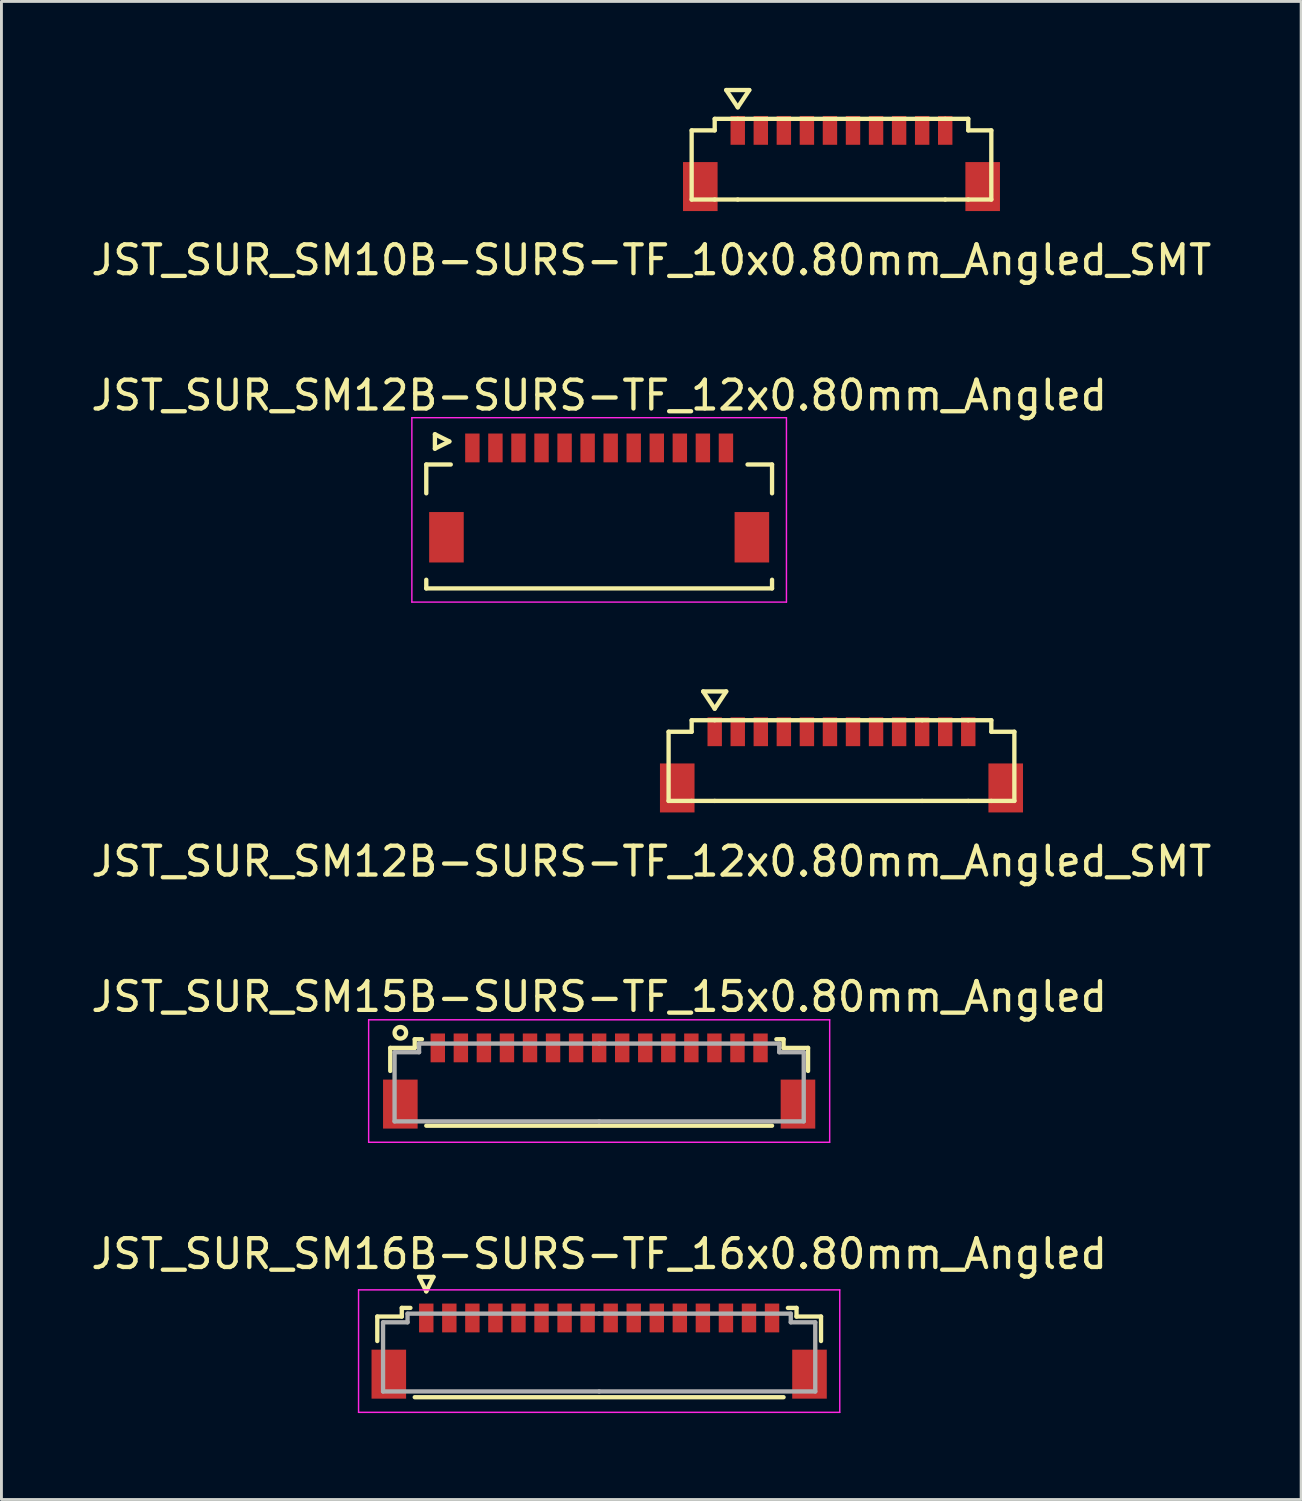
<source format=kicad_pcb>
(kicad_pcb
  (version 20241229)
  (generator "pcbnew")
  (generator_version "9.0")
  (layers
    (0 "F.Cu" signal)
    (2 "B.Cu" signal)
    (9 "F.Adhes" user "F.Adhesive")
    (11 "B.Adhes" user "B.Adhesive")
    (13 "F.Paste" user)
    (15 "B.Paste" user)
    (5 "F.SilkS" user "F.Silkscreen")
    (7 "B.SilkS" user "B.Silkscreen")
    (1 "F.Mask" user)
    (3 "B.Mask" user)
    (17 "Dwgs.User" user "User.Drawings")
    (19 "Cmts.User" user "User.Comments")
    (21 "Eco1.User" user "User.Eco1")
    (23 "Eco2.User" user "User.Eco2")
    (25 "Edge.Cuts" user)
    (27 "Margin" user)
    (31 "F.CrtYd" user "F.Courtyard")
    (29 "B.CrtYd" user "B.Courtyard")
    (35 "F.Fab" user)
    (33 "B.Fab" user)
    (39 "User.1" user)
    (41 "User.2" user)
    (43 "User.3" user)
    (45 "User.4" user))
  (footprint "JST_SUR_SM12B-SURS-TF_12x0.80mm_Angled_SMT"
    (layer "F.Cu")
    (at 26.154 22.346)
    (property "Reference" "JST_SUR_SM12B-SURS-TF_12x0.80mm_Angled_SMT" (at -6.6 4.5 0) (layer "F.SilkS") (effects (font (size 1 1) (thickness 0.15))))
    (attr smd)
    (fp_line (start -6 0) (end -5.2 0) (stroke (width 0.15) (type solid)) (layer "F.SilkS"))
    (fp_line (start -6 2.4) (end -6 0) (stroke (width 0.15) (type solid)) (layer "F.SilkS"))
    (fp_line (start -5.2 -0.4) (end -4.4 -0.4) (stroke (width 0.15) (type solid)) (layer "F.SilkS"))
    (fp_line (start -5.2 0) (end -5.2 -0.4) (stroke (width 0.15) (type solid)) (layer "F.SilkS"))
    (fp_line (start -5.2 2.4) (end -6 2.4) (stroke (width 0.15) (type solid)) (layer "F.SilkS"))
    (fp_line (start -4.8 -1.4) (end -4.4 -0.8) (stroke (width 0.15) (type solid)) (layer "F.SilkS"))
    (fp_line (start -4.4 -0.8) (end -4 -1.4) (stroke (width 0.15) (type solid)) (layer "F.SilkS"))
    (fp_line (start -4.4 2.4) (end -5.2 2.4) (stroke (width 0.15) (type solid)) (layer "F.SilkS"))
    (fp_line (start -4.4 2.4) (end 2.8 2.4) (stroke (width 0.15) (type solid)) (layer "F.SilkS"))
    (fp_line (start -4 -1.4) (end -4.8 -1.4) (stroke (width 0.15) (type solid)) (layer "F.SilkS"))
    (fp_line (start 2.8 -0.4) (end -4.4 -0.4) (stroke (width 0.15) (type solid)) (layer "F.SilkS"))
    (fp_line (start 2.8 2.4) (end 4.4 2.4) (stroke (width 0.15) (type solid)) (layer "F.SilkS"))
    (fp_line (start 4.4 -0.4) (end 2.8 -0.4) (stroke (width 0.15) (type solid)) (layer "F.SilkS"))
    (fp_line (start 4.4 -0.4) (end 5.2 -0.4) (stroke (width 0.15) (type solid)) (layer "F.SilkS"))
    (fp_line (start 5.2 -0.4) (end 5.2 0) (stroke (width 0.15) (type solid)) (layer "F.SilkS"))
    (fp_line (start 5.2 0) (end 6 0) (stroke (width 0.15) (type solid)) (layer "F.SilkS"))
    (fp_line (start 5.2 2.4) (end 4.4 2.4) (stroke (width 0.15) (type solid)) (layer "F.SilkS"))
    (fp_line (start 6 0) (end 6 2.4) (stroke (width 0.15) (type solid)) (layer "F.SilkS"))
    (fp_line (start 6 2.4) (end 5.2 2.4) (stroke (width 0.15) (type solid)) (layer "F.SilkS"))
    (pad "" smd rect (at -5.7 1.95) (size 1.2 1.7) (layers "F.Cu" "F.Mask" "F.Paste"))
    (pad "" smd rect (at 5.7 1.95) (size 1.2 1.7) (layers "F.Cu" "F.Mask" "F.Paste"))
    (pad "1" smd rect (at -4.4 0) (size 0.5 1) (layers "F.Cu" "F.Mask" "F.Paste"))
    (pad "2" smd rect (at -3.6 0) (size 0.5 1) (layers "F.Cu" "F.Mask" "F.Paste"))
    (pad "3" smd rect (at -2.8 0) (size 0.5 1) (layers "F.Cu" "F.Mask" "F.Paste"))
    (pad "4" smd rect (at -2 0) (size 0.5 1) (layers "F.Cu" "F.Mask" "F.Paste"))
    (pad "5" smd rect (at -1.2 0) (size 0.5 1) (layers "F.Cu" "F.Mask" "F.Paste"))
    (pad "6" smd rect (at -0.4 0) (size 0.5 1) (layers "F.Cu" "F.Mask" "F.Paste"))
    (pad "7" smd rect (at 0.4 0) (size 0.5 1) (layers "F.Cu" "F.Mask" "F.Paste"))
    (pad "8" smd rect (at 1.2 0) (size 0.5 1) (layers "F.Cu" "F.Mask" "F.Paste"))
    (pad "9" smd rect (at 2 0) (size 0.5 1) (layers "F.Cu" "F.Mask" "F.Paste"))
    (pad "10" smd rect (at 2.8 0) (size 0.5 1) (layers "F.Cu" "F.Mask" "F.Paste"))
    (pad "11" smd rect (at 3.6 0) (size 0.5 1) (layers "F.Cu" "F.Mask" "F.Paste"))
    (pad "12" smd rect (at 4.4 0) (size 0.5 1) (layers "F.Cu" "F.Mask" "F.Paste")))
  (footprint "JST_SUR_SM16B-SURS-TF_16x0.80mm_Angled"
    (layer "F.Cu")
    (at 17.744 43.666)
    (property "Reference" "JST_SUR_SM16B-SURS-TF_16x0.80mm_Angled" (at 0 -3.2 0) (layer "F.SilkS") (effects (font (size 1 1) (thickness 0.15))))
    (attr smd)
    (fp_line (start -7.7 -1.025) (end -7.7 -0.175) (stroke (width 0.15) (type solid)) (layer "F.SilkS"))
    (fp_line (start -6.85 -1.325) (end -6.85 -1.025) (stroke (width 0.15) (type solid)) (layer "F.SilkS"))
    (fp_line (start -6.85 -1.025) (end -7.7 -1.025) (stroke (width 0.15) (type solid)) (layer "F.SilkS"))
    (fp_line (start -6.55 -1.325) (end -6.85 -1.325) (stroke (width 0.15) (type solid)) (layer "F.SilkS"))
    (fp_line (start -6.4 1.775) (end 6.4 1.775) (stroke (width 0.15) (type solid)) (layer "F.SilkS"))
    (fp_line (start -6.25 -2.4) (end -5.75 -2.4) (stroke (width 0.15) (type solid)) (layer "F.SilkS"))
    (fp_line (start -6 -1.9) (end -6.25 -2.4) (stroke (width 0.15) (type solid)) (layer "F.SilkS"))
    (fp_line (start -5.75 -2.4) (end -6 -1.9) (stroke (width 0.15) (type solid)) (layer "F.SilkS"))
    (fp_line (start 6.55 -1.325) (end 6.85 -1.325) (stroke (width 0.15) (type solid)) (layer "F.SilkS"))
    (fp_line (start 6.85 -1.325) (end 6.85 -1.025) (stroke (width 0.15) (type solid)) (layer "F.SilkS"))
    (fp_line (start 6.85 -1.025) (end 7.7 -1.025) (stroke (width 0.15) (type solid)) (layer "F.SilkS"))
    (fp_line (start 7.7 -1.025) (end 7.7 -0.175) (stroke (width 0.15) (type solid)) (layer "F.SilkS"))
    (fp_line (start -8.35 -1.95) (end 8.35 -1.95) (stroke (width 0.05) (type solid)) (layer "F.CrtYd"))
    (fp_line (start -8.35 2.3) (end -8.35 -1.95) (stroke (width 0.05) (type solid)) (layer "F.CrtYd"))
    (fp_line (start 8.35 -1.95) (end 8.35 2.3) (stroke (width 0.05) (type solid)) (layer "F.CrtYd"))
    (fp_line (start 8.35 2.3) (end -8.35 2.3) (stroke (width 0.05) (type solid)) (layer "F.CrtYd"))
    (fp_line (start -7.5 -0.825) (end -7.5 1.575) (stroke (width 0.15) (type solid)) (layer "F.Fab"))
    (fp_line (start -7.5 1.575) (end 0 1.575) (stroke (width 0.15) (type solid)) (layer "F.Fab"))
    (fp_line (start -6.65 -1.125) (end -6.65 -0.825) (stroke (width 0.15) (type solid)) (layer "F.Fab"))
    (fp_line (start -6.65 -0.825) (end -7.5 -0.825) (stroke (width 0.15) (type solid)) (layer "F.Fab"))
    (fp_line (start 0 -1.125) (end -6.65 -1.125) (stroke (width 0.15) (type solid)) (layer "F.Fab"))
    (fp_line (start 0 -1.125) (end 6.65 -1.125) (stroke (width 0.15) (type solid)) (layer "F.Fab"))
    (fp_line (start 6.65 -1.125) (end 6.65 -0.825) (stroke (width 0.15) (type solid)) (layer "F.Fab"))
    (fp_line (start 6.65 -0.825) (end 7.5 -0.825) (stroke (width 0.15) (type solid)) (layer "F.Fab"))
    (fp_line (start 7.5 -0.825) (end 7.5 1.575) (stroke (width 0.15) (type solid)) (layer "F.Fab"))
    (fp_line (start 7.5 1.575) (end 0 1.575) (stroke (width 0.15) (type solid)) (layer "F.Fab"))
    (pad "" smd rect (at -7.3 0.975) (size 1.2 1.7) (layers "F.Cu" "F.Mask" "F.Paste"))
    (pad "" smd rect (at 7.3 0.975) (size 1.2 1.7) (layers "F.Cu" "F.Mask" "F.Paste"))
    (pad "1" smd rect (at -6 -0.975) (size 0.5 1) (layers "F.Cu" "F.Mask" "F.Paste"))
    (pad "2" smd rect (at -5.2 -0.975) (size 0.5 1) (layers "F.Cu" "F.Mask" "F.Paste"))
    (pad "3" smd rect (at -4.4 -0.975) (size 0.5 1) (layers "F.Cu" "F.Mask" "F.Paste"))
    (pad "4" smd rect (at -3.6 -0.975) (size 0.5 1) (layers "F.Cu" "F.Mask" "F.Paste"))
    (pad "5" smd rect (at -2.8 -0.975) (size 0.5 1) (layers "F.Cu" "F.Mask" "F.Paste"))
    (pad "6" smd rect (at -2 -0.975) (size 0.5 1) (layers "F.Cu" "F.Mask" "F.Paste"))
    (pad "7" smd rect (at -1.2 -0.975) (size 0.5 1) (layers "F.Cu" "F.Mask" "F.Paste"))
    (pad "8" smd rect (at -0.4 -0.975) (size 0.5 1) (layers "F.Cu" "F.Mask" "F.Paste"))
    (pad "9" smd rect (at 0.4 -0.975) (size 0.5 1) (layers "F.Cu" "F.Mask" "F.Paste"))
    (pad "10" smd rect (at 1.2 -0.975) (size 0.5 1) (layers "F.Cu" "F.Mask" "F.Paste"))
    (pad "11" smd rect (at 2 -0.975) (size 0.5 1) (layers "F.Cu" "F.Mask" "F.Paste"))
    (pad "12" smd rect (at 2.8 -0.975) (size 0.5 1) (layers "F.Cu" "F.Mask" "F.Paste"))
    (pad "13" smd rect (at 3.6 -0.975) (size 0.5 1) (layers "F.Cu" "F.Mask" "F.Paste"))
    (pad "14" smd rect (at 4.4 -0.975) (size 0.5 1) (layers "F.Cu" "F.Mask" "F.Paste"))
    (pad "15" smd rect (at 5.2 -0.975) (size 0.5 1) (layers "F.Cu" "F.Mask" "F.Paste"))
    (pad "16" smd rect (at 6 -0.975) (size 0.5 1) (layers "F.Cu" "F.Mask" "F.Paste")))
  (footprint "JST_SUR_SM12B-SURS-TF_12x0.80mm_Angled"
    (layer "F.Cu")
    (at 17.744 14.046)
    (property "Reference" "JST_SUR_SM12B-SURS-TF_12x0.80mm_Angled" (at 0 -3.375 0) (layer "F.SilkS") (effects (font (size 1 1) (thickness 0.15))))
    (attr smd)
    (fp_line (start -6 -0.975) (end -5.15 -0.975) (stroke (width 0.15) (type solid)) (layer "F.SilkS"))
    (fp_line (start -6 0.025) (end -6 -0.975) (stroke (width 0.15) (type solid)) (layer "F.SilkS"))
    (fp_line (start -6 3.025) (end -6 3.325) (stroke (width 0.15) (type solid)) (layer "F.SilkS"))
    (fp_line (start -6 3.325) (end 6 3.325) (stroke (width 0.15) (type solid)) (layer "F.SilkS"))
    (fp_line (start -5.7 -2.025) (end -5.7 -1.525) (stroke (width 0.15) (type solid)) (layer "F.SilkS"))
    (fp_line (start -5.7 -1.525) (end -5.2 -1.775) (stroke (width 0.15) (type solid)) (layer "F.SilkS"))
    (fp_line (start -5.2 -1.775) (end -5.7 -2.025) (stroke (width 0.15) (type solid)) (layer "F.SilkS"))
    (fp_line (start 6 -0.975) (end 5.15 -0.975) (stroke (width 0.15) (type solid)) (layer "F.SilkS"))
    (fp_line (start 6 0.025) (end 6 -0.975) (stroke (width 0.15) (type solid)) (layer "F.SilkS"))
    (fp_line (start 6 3.325) (end 6 3.025) (stroke (width 0.15) (type solid)) (layer "F.SilkS"))
    (fp_line (start -6.5 -2.6) (end -6.5 3.8) (stroke (width 0.05) (type solid)) (layer "F.CrtYd"))
    (fp_line (start -6.5 3.8) (end 6.5 3.8) (stroke (width 0.05) (type solid)) (layer "F.CrtYd"))
    (fp_line (start 6.5 -2.6) (end -6.5 -2.6) (stroke (width 0.05) (type solid)) (layer "F.CrtYd"))
    (fp_line (start 6.5 3.8) (end 6.5 -2.6) (stroke (width 0.05) (type solid)) (layer "F.CrtYd"))
    (pad "" smd rect (at -5.3 1.55) (size 1.2 1.75) (layers "F.Cu" "F.Mask" "F.Paste"))
    (pad "" smd rect (at 5.3 1.55) (size 1.2 1.75) (layers "F.Cu" "F.Mask" "F.Paste"))
    (pad "1" smd rect (at -4.4 -1.55) (size 0.5 1) (layers "F.Cu" "F.Mask" "F.Paste"))
    (pad "2" smd rect (at -3.6 -1.55) (size 0.5 1) (layers "F.Cu" "F.Mask" "F.Paste"))
    (pad "3" smd rect (at -2.8 -1.55) (size 0.5 1) (layers "F.Cu" "F.Mask" "F.Paste"))
    (pad "4" smd rect (at -2 -1.55) (size 0.5 1) (layers "F.Cu" "F.Mask" "F.Paste"))
    (pad "5" smd rect (at -1.2 -1.55) (size 0.5 1) (layers "F.Cu" "F.Mask" "F.Paste"))
    (pad "6" smd rect (at -0.4 -1.55) (size 0.5 1) (layers "F.Cu" "F.Mask" "F.Paste"))
    (pad "7" smd rect (at 0.4 -1.55) (size 0.5 1) (layers "F.Cu" "F.Mask" "F.Paste"))
    (pad "8" smd rect (at 1.2 -1.55) (size 0.5 1) (layers "F.Cu" "F.Mask" "F.Paste"))
    (pad "9" smd rect (at 2 -1.55) (size 0.5 1) (layers "F.Cu" "F.Mask" "F.Paste"))
    (pad "10" smd rect (at 2.8 -1.55) (size 0.5 1) (layers "F.Cu" "F.Mask" "F.Paste"))
    (pad "11" smd rect (at 3.6 -1.55) (size 0.5 1) (layers "F.Cu" "F.Mask" "F.Paste"))
    (pad "12" smd rect (at 4.4 -1.55) (size 0.5 1) (layers "F.Cu" "F.Mask" "F.Paste")))
  (footprint "JST_SUR_SM15B-SURS-TF_15x0.80mm_Angled"
    (layer "F.Cu")
    (at 17.744 34.293)
    (property "Reference" "JST_SUR_SM15B-SURS-TF_15x0.80mm_Angled" (at 0 -2.75 0) (layer "F.SilkS") (effects (font (size 1 1) (thickness 0.15))))
    (attr smd)
    (fp_line (start -7.25 -0.975) (end -7.25 -0.175) (stroke (width 0.15) (type solid)) (layer "F.SilkS"))
    (fp_line (start -6.4 -1.275) (end -6.4 -0.975) (stroke (width 0.15) (type solid)) (layer "F.SilkS"))
    (fp_line (start -6.4 -0.975) (end -7.25 -0.975) (stroke (width 0.15) (type solid)) (layer "F.SilkS"))
    (fp_line (start -6.15 -1.275) (end -6.4 -1.275) (stroke (width 0.15) (type solid)) (layer "F.SilkS"))
    (fp_line (start -6 1.725) (end 6 1.725) (stroke (width 0.15) (type solid)) (layer "F.SilkS"))
    (fp_line (start 6.15 -1.275) (end 6.4 -1.275) (stroke (width 0.15) (type solid)) (layer "F.SilkS"))
    (fp_line (start 6.4 -1.275) (end 6.4 -0.975) (stroke (width 0.15) (type solid)) (layer "F.SilkS"))
    (fp_line (start 6.4 -0.975) (end 7.25 -0.975) (stroke (width 0.15) (type solid)) (layer "F.SilkS"))
    (fp_line (start 7.25 -0.975) (end 7.25 -0.175) (stroke (width 0.15) (type solid)) (layer "F.SilkS"))
    (fp_circle (center -6.9 -1.5) (end -6.7 -1.5) (stroke (width 0.15) (type solid)) (fill no) (layer "F.SilkS"))
    (fp_line (start -8 -1.95) (end 8 -1.95) (stroke (width 0.05) (type solid)) (layer "F.CrtYd"))
    (fp_line (start -8 2.3) (end -8 -1.95) (stroke (width 0.05) (type solid)) (layer "F.CrtYd"))
    (fp_line (start 8 -1.95) (end 8 2.3) (stroke (width 0.05) (type solid)) (layer "F.CrtYd"))
    (fp_line (start 8 2.3) (end -8 2.3) (stroke (width 0.05) (type solid)) (layer "F.CrtYd"))
    (fp_line (start -7.1 -0.825) (end -7.1 1.575) (stroke (width 0.15) (type solid)) (layer "F.Fab"))
    (fp_line (start -7.1 1.575) (end 0 1.575) (stroke (width 0.15) (type solid)) (layer "F.Fab"))
    (fp_line (start -6.25 -1.125) (end -6.25 -0.825) (stroke (width 0.15) (type solid)) (layer "F.Fab"))
    (fp_line (start -6.25 -0.825) (end -7.1 -0.825) (stroke (width 0.15) (type solid)) (layer "F.Fab"))
    (fp_line (start 0 -1.125) (end -6.25 -1.125) (stroke (width 0.15) (type solid)) (layer "F.Fab"))
    (fp_line (start 0 -1.125) (end 6.25 -1.125) (stroke (width 0.15) (type solid)) (layer "F.Fab"))
    (fp_line (start 6.25 -1.125) (end 6.25 -0.825) (stroke (width 0.15) (type solid)) (layer "F.Fab"))
    (fp_line (start 6.25 -0.825) (end 7.1 -0.825) (stroke (width 0.15) (type solid)) (layer "F.Fab"))
    (fp_line (start 7.1 -0.825) (end 7.1 1.575) (stroke (width 0.15) (type solid)) (layer "F.Fab"))
    (fp_line (start 7.1 1.575) (end 0 1.575) (stroke (width 0.15) (type solid)) (layer "F.Fab"))
    (pad "" smd rect (at -6.9 0.975) (size 1.2 1.7) (layers "F.Cu" "F.Mask" "F.Paste"))
    (pad "" smd rect (at 6.9 0.975) (size 1.2 1.7) (layers "F.Cu" "F.Mask" "F.Paste"))
    (pad "1" smd rect (at -5.6 -0.975) (size 0.5 1) (layers "F.Cu" "F.Mask" "F.Paste"))
    (pad "2" smd rect (at -4.8 -0.975) (size 0.5 1) (layers "F.Cu" "F.Mask" "F.Paste"))
    (pad "3" smd rect (at -4 -0.975) (size 0.5 1) (layers "F.Cu" "F.Mask" "F.Paste"))
    (pad "4" smd rect (at -3.2 -0.975) (size 0.5 1) (layers "F.Cu" "F.Mask" "F.Paste"))
    (pad "5" smd rect (at -2.4 -0.975) (size 0.5 1) (layers "F.Cu" "F.Mask" "F.Paste"))
    (pad "6" smd rect (at -1.6 -0.975) (size 0.5 1) (layers "F.Cu" "F.Mask" "F.Paste"))
    (pad "7" smd rect (at -0.8 -0.975) (size 0.5 1) (layers "F.Cu" "F.Mask" "F.Paste"))
    (pad "8" smd rect (at 0 -0.975) (size 0.5 1) (layers "F.Cu" "F.Mask" "F.Paste"))
    (pad "9" smd rect (at 0.8 -0.975) (size 0.5 1) (layers "F.Cu" "F.Mask" "F.Paste"))
    (pad "10" smd rect (at 1.6 -0.975) (size 0.5 1) (layers "F.Cu" "F.Mask" "F.Paste"))
    (pad "11" smd rect (at 2.4 -0.975) (size 0.5 1) (layers "F.Cu" "F.Mask" "F.Paste"))
    (pad "12" smd rect (at 3.2 -0.975) (size 0.5 1) (layers "F.Cu" "F.Mask" "F.Paste"))
    (pad "13" smd rect (at 4 -0.975) (size 0.5 1) (layers "F.Cu" "F.Mask" "F.Paste"))
    (pad "14" smd rect (at 4.8 -0.975) (size 0.5 1) (layers "F.Cu" "F.Mask" "F.Paste"))
    (pad "15" smd rect (at 5.6 -0.975) (size 0.5 1) (layers "F.Cu" "F.Mask" "F.Paste")))
  (footprint "JST_SUR_SM10B-SURS-TF_10x0.80mm_Angled_SMT"
    (layer "F.Cu")
    (at 26.154 1.475)
    (property "Reference" "JST_SUR_SM10B-SURS-TF_10x0.80mm_Angled_SMT" (at -6.6 4.5 0) (layer "F.SilkS") (effects (font (size 1 1) (thickness 0.15))))
    (attr smd)
    (fp_line (start -5.2 0) (end -4.4 0) (stroke (width 0.15) (type solid)) (layer "F.SilkS"))
    (fp_line (start -5.2 2.4) (end -5.2 0) (stroke (width 0.15) (type solid)) (layer "F.SilkS"))
    (fp_line (start -4.4 -0.4) (end -3.6 -0.4) (stroke (width 0.15) (type solid)) (layer "F.SilkS"))
    (fp_line (start -4.4 0) (end -4.4 -0.4) (stroke (width 0.15) (type solid)) (layer "F.SilkS"))
    (fp_line (start -4.4 2.4) (end -5.2 2.4) (stroke (width 0.15) (type solid)) (layer "F.SilkS"))
    (fp_line (start -4 -1.4) (end -3.6 -0.8) (stroke (width 0.15) (type solid)) (layer "F.SilkS"))
    (fp_line (start -3.6 -0.8) (end -3.2 -1.4) (stroke (width 0.15) (type solid)) (layer "F.SilkS"))
    (fp_line (start -3.6 2.4) (end -4.4 2.4) (stroke (width 0.15) (type solid)) (layer "F.SilkS"))
    (fp_line (start -3.6 2.4) (end 3.6 2.4) (stroke (width 0.15) (type solid)) (layer "F.SilkS"))
    (fp_line (start -3.2 -1.4) (end -4 -1.4) (stroke (width 0.15) (type solid)) (layer "F.SilkS"))
    (fp_line (start 3.6 -0.4) (end -3.6 -0.4) (stroke (width 0.15) (type solid)) (layer "F.SilkS"))
    (fp_line (start 3.6 -0.4) (end 4.4 -0.4) (stroke (width 0.15) (type solid)) (layer "F.SilkS"))
    (fp_line (start 4.4 -0.4) (end 4.4 0) (stroke (width 0.15) (type solid)) (layer "F.SilkS"))
    (fp_line (start 4.4 0) (end 5.2 0) (stroke (width 0.15) (type solid)) (layer "F.SilkS"))
    (fp_line (start 4.4 2.4) (end 3.6 2.4) (stroke (width 0.15) (type solid)) (layer "F.SilkS"))
    (fp_line (start 5.2 0) (end 5.2 2.4) (stroke (width 0.15) (type solid)) (layer "F.SilkS"))
    (fp_line (start 5.2 2.4) (end 4.4 2.4) (stroke (width 0.15) (type solid)) (layer "F.SilkS"))
    (pad "" smd rect (at -4.9 1.95) (size 1.2 1.7) (layers "F.Cu" "F.Mask" "F.Paste"))
    (pad "" smd rect (at 4.9 1.95) (size 1.2 1.7) (layers "F.Cu" "F.Mask" "F.Paste"))
    (pad "1" smd rect (at -3.6 0) (size 0.5 1) (layers "F.Cu" "F.Mask" "F.Paste"))
    (pad "2" smd rect (at -2.8 0) (size 0.5 1) (layers "F.Cu" "F.Mask" "F.Paste"))
    (pad "3" smd rect (at -2 0) (size 0.5 1) (layers "F.Cu" "F.Mask" "F.Paste"))
    (pad "4" smd rect (at -1.2 0) (size 0.5 1) (layers "F.Cu" "F.Mask" "F.Paste"))
    (pad "5" smd rect (at -0.4 0) (size 0.5 1) (layers "F.Cu" "F.Mask" "F.Paste"))
    (pad "6" smd rect (at 0.4 0) (size 0.5 1) (layers "F.Cu" "F.Mask" "F.Paste"))
    (pad "7" smd rect (at 1.2 0) (size 0.5 1) (layers "F.Cu" "F.Mask" "F.Paste"))
    (pad "8" smd rect (at 2 0) (size 0.5 1) (layers "F.Cu" "F.Mask" "F.Paste"))
    (pad "9" smd rect (at 2.8 0) (size 0.5 1) (layers "F.Cu" "F.Mask" "F.Paste"))
    (pad "10" smd rect (at 3.6 0) (size 0.5 1) (layers "F.Cu" "F.Mask" "F.Paste")))
  (gr_rect
    (start -3 -3)
    (end 42.107 48.991)
    (stroke (width 0.1) (type default))
    (fill no)
    (layer "Edge.Cuts")))
</source>
